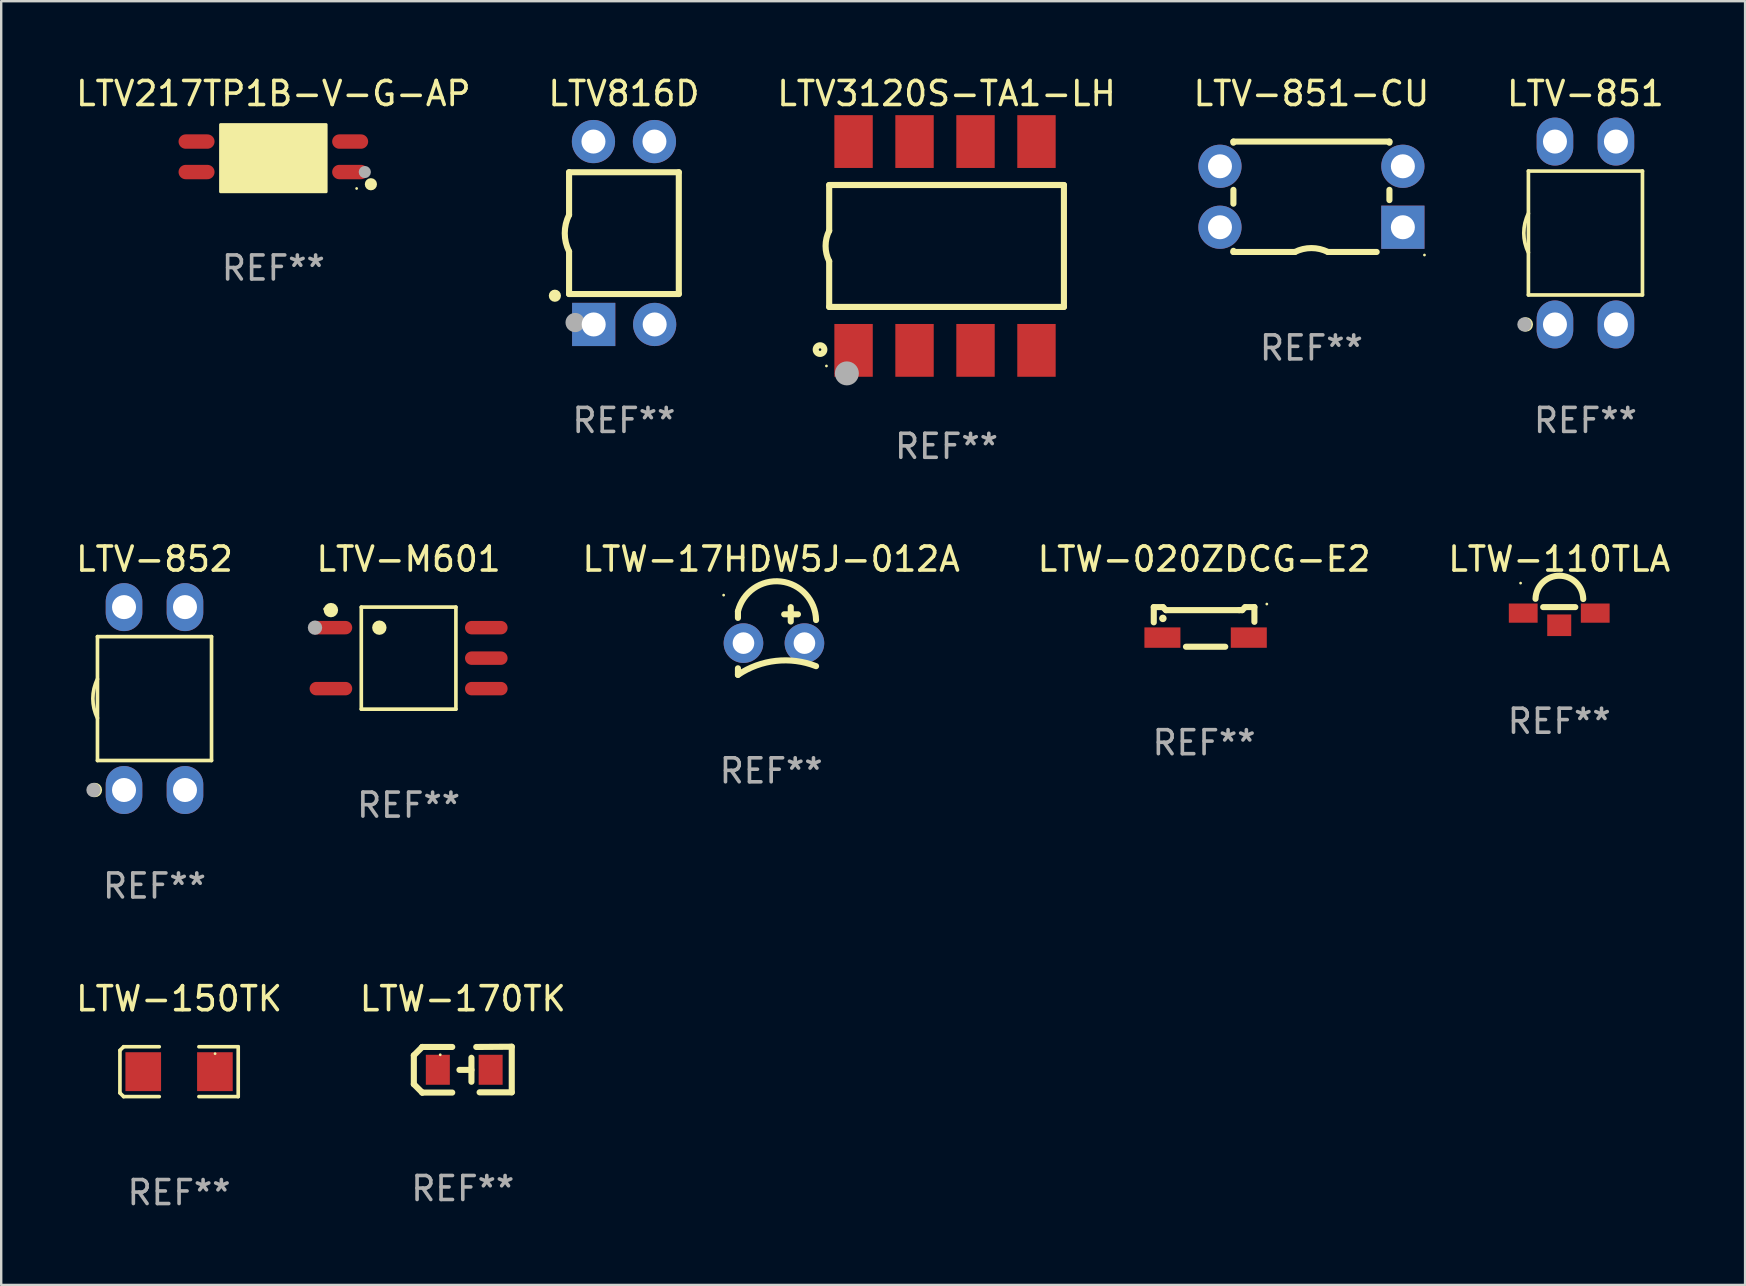
<source format=kicad_pcb>
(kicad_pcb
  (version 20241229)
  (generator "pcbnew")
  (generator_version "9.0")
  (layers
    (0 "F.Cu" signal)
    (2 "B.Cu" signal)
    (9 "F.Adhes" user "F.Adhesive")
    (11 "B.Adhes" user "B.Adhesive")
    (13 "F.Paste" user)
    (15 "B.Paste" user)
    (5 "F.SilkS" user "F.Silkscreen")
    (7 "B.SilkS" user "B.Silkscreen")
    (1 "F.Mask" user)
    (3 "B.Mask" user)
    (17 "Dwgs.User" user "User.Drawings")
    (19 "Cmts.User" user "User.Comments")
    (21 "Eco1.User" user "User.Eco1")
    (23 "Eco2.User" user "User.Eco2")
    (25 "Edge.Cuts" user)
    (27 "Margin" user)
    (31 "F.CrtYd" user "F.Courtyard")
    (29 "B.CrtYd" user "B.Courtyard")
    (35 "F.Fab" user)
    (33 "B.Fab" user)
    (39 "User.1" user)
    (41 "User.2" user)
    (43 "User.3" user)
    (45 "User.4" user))
  (footprint "LTW-020ZDCG-E2"
    (layer "F.Cu")
    (at 47.117 23.07)
    (property "Reference" "LTW-020ZDCG-E2" (at 0 -2.826 0) (layer "F.SilkS") (effects (font (size 1 1) (thickness 0.15))))
    (attr through_hole)
    (fp_line (start -2.096 -0.826) (end -1.715 -0.826) (stroke (width 0.254) (type solid)) (layer "F.SilkS"))
    (fp_line (start -2.096 -0.191) (end -2.096 -0.826) (stroke (width 0.254) (type solid)) (layer "F.SilkS"))
    (fp_line (start -1.715 -0.826) (end -1.588 -0.699) (stroke (width 0.254) (type solid)) (layer "F.SilkS"))
    (fp_line (start -1.588 -0.699) (end 1.461 -0.699) (stroke (width 0.254) (type solid)) (layer "F.SilkS"))
    (fp_line (start -0.755 0.826) (end 0.882 0.826) (stroke (width 0.254) (type solid)) (layer "F.SilkS"))
    (fp_line (start 1.461 -0.699) (end 1.588 -0.699) (stroke (width 0.254) (type solid)) (layer "F.SilkS"))
    (fp_line (start 1.588 -0.699) (end 1.715 -0.826) (stroke (width 0.254) (type solid)) (layer "F.SilkS"))
    (fp_line (start 1.715 -0.826) (end 2.096 -0.826) (stroke (width 0.254) (type solid)) (layer "F.SilkS"))
    (fp_line (start 2.096 -0.826) (end 2.096 -0.212) (stroke (width 0.254) (type solid)) (layer "F.SilkS"))
    (fp_circle (center -1.717 -0.355) (end -1.635 -0.355) (stroke (width 0.15) (type solid)) (fill no) (layer "F.SilkS"))
    (fp_circle (center 2.614 -0.953) (end 2.644 -0.953) (stroke (width 0.06) (type solid)) (fill no) (layer "F.SilkS"))
    (fp_text user "REF**" (at 0 4.826 0) (layer "F.Fab") (effects (font (size 1 1) (thickness 0.15))))
    (pad "1" smd rect (at 1.863 0.445) (size 1.5 0.85) (layers "F.Cu" "F.Mask" "F.Paste"))
    (pad "2" smd rect (at -1.736 0.445) (size 1.5 0.85) (layers "F.Cu" "F.Mask" "F.Paste")))
  (footprint "LTV3120S-TA1-LH"
    (layer "F.Cu")
    (at 36.387 7.198)
    (property "Reference" "LTV3120S-TA1-LH" (at 0 -6.35 0) (layer "F.SilkS") (effects (font (size 1 1) (thickness 0.15))))
    (attr through_hole)
    (fp_line (start -4.89 -2.54) (end 4.89 -2.54) (stroke (width 0.254) (type solid)) (layer "F.SilkS"))
    (fp_line (start -4.89 -0.635) (end -4.89 -2.54) (stroke (width 0.254) (type solid)) (layer "F.SilkS"))
    (fp_line (start -4.89 2.54) (end -4.89 0.635) (stroke (width 0.254) (type solid)) (layer "F.SilkS"))
    (fp_line (start 4.89 -2.54) (end 4.89 2.54) (stroke (width 0.254) (type solid)) (layer "F.SilkS"))
    (fp_line (start 4.89 2.54) (end -4.89 2.54) (stroke (width 0.254) (type solid)) (layer "F.SilkS"))
    (fp_arc (start -4.890119 0.635129) (mid -5.039815 0.000056) (end -4.88951 -0.634874) (stroke (width 0.254001) (type solid)) (layer "F.SilkS"))
    (fp_circle (center -5.271 4.318) (end -5.091 4.318) (stroke (width 0.254) (type solid)) (fill no) (layer "F.SilkS"))
    (fp_circle (center -5.004 5) (end -4.974 5) (stroke (width 0.06) (type solid)) (fill no) (layer "F.SilkS"))
    (fp_circle (center -4.153 5.309) (end -3.903 5.309) (stroke (width 0.5) (type solid)) (fill no) (layer "F.Fab"))
    (fp_text user "REF**" (at 0 8.35 0) (layer "F.Fab") (effects (font (size 1 1) (thickness 0.15))))
    (pad "1" smd rect (at -3.874 4.35) (size 1.6 2.2) (layers "F.Cu" "F.Mask" "F.Paste"))
    (pad "2" smd rect (at -1.334 4.35) (size 1.6 2.2) (layers "F.Cu" "F.Mask" "F.Paste"))
    (pad "3" smd rect (at 1.207 4.35) (size 1.6 2.2) (layers "F.Cu" "F.Mask" "F.Paste"))
    (pad "4" smd rect (at 3.747 4.35) (size 1.6 2.2) (layers "F.Cu" "F.Mask" "F.Paste"))
    (pad "5" smd rect (at 3.747 -4.35) (size 1.6 2.2) (layers "F.Cu" "F.Mask" "F.Paste"))
    (pad "6" smd rect (at 1.207 -4.35) (size 1.6 2.2) (layers "F.Cu" "F.Mask" "F.Paste"))
    (pad "7" smd rect (at -1.334 -4.35) (size 1.6 2.2) (layers "F.Cu" "F.Mask" "F.Paste"))
    (pad "8" smd rect (at -3.874 -4.35) (size 1.6 2.2) (layers "F.Cu" "F.Mask" "F.Paste")))
  (footprint "LTV-M601"
    (layer "F.Cu")
    (at 13.974 24.371)
    (property "Reference" "LTV-M601" (at 0 -4.126 0) (layer "F.SilkS") (effects (font (size 1 1) (thickness 0.15))))
    (attr through_hole)
    (fp_line (start -1.971 -2.126) (end 1.971 -2.126) (stroke (width 0.152) (type solid)) (layer "F.SilkS"))
    (fp_line (start -1.971 2.126) (end -1.971 -2.126) (stroke (width 0.152) (type solid)) (layer "F.SilkS"))
    (fp_line (start 1.971 -2.126) (end 1.971 2.126) (stroke (width 0.152) (type solid)) (layer "F.SilkS"))
    (fp_line (start 1.971 2.126) (end -1.971 2.126) (stroke (width 0.152) (type solid)) (layer "F.SilkS"))
    (fp_circle (center -3.5 -2.05) (end -3.47 -2.05) (stroke (width 0.06) (type solid)) (fill no) (layer "F.SilkS"))
    (fp_circle (center -3.237 -2.002) (end -3.087 -2.002) (stroke (width 0.3) (type solid)) (fill no) (layer "F.SilkS"))
    (fp_circle (center -1.219 -1.27) (end -1.069 -1.27) (stroke (width 0.3) (type solid)) (fill no) (layer "F.SilkS"))
    (fp_circle (center -3.9 -1.27) (end -3.75 -1.27) (stroke (width 0.3) (type solid)) (fill no) (layer "F.Fab"))
    (fp_text user "REF**" (at 0 6.126 0) (layer "F.Fab") (effects (font (size 1 1) (thickness 0.15))))
    (pad "1" smd oval (at -3.237 -1.27 270) (size 0.56 1.775) (layers "F.Cu" "F.Mask" "F.Paste"))
    (pad "3" smd oval (at -3.237 1.27 270) (size 0.56 1.775) (layers "F.Cu" "F.Mask" "F.Paste"))
    (pad "4" smd oval (at 3.237 1.27 270) (size 0.56 1.775) (layers "F.Cu" "F.Mask" "F.Paste"))
    (pad "5" smd oval (at 3.237 0 270) (size 0.56 1.775) (layers "F.Cu" "F.Mask" "F.Paste"))
    (pad "6" smd oval (at 3.237 -1.27 270) (size 0.56 1.775) (layers "F.Cu" "F.Mask" "F.Paste")))
  (footprint "LTW-110TLA"
    (layer "F.Cu")
    (at 61.914 22.623)
    (property "Reference" "LTW-110TLA" (at 0 -2.378 0) (layer "F.SilkS") (effects (font (size 1 1) (thickness 0.15))))
    (attr through_hole)
    (fp_line (start -0.669 -0.378) (end 0.669 -0.378) (stroke (width 0.254) (type solid)) (layer "F.SilkS"))
    (fp_arc (start -0.987732 -0.724397) (mid 0.010717 -1.689152) (end 0.999949 -0.714948) (stroke (width 0.254001) (type solid)) (layer "F.SilkS"))
    (fp_circle (center -1.61 -1.378) (end -1.58 -1.378) (stroke (width 0.06) (type solid)) (fill no) (layer "F.SilkS"))
    (fp_text user "REF**" (at 0 4.378 0) (layer "F.Fab") (effects (font (size 1 1) (thickness 0.15))))
    (pad "1" smd rect (at -1.5 -0.128 90) (size 0.8 1.2) (layers "F.Cu" "F.Mask" "F.Paste"))
    (pad "2" smd rect (at 1.5 -0.128 90) (size 0.8 1.2) (layers "F.Cu" "F.Mask" "F.Paste"))
    (pad "3" smd rect (at -0.000127 0.378 180) (size 1 0.9) (layers "F.Cu" "F.Mask" "F.Paste")))
  (footprint "LTV-851"
    (layer "F.Cu")
    (at 63.006 6.658)
    (property "Reference" "LTV-851" (at 0 -5.81 0) (layer "F.SilkS") (effects (font (size 1 1) (thickness 0.15))))
    (attr through_hole)
    (fp_line (start -2.376 -2.581) (end 2.376 -2.581) (stroke (width 0.152) (type solid)) (layer "F.SilkS"))
    (fp_line (start -2.376 2.581) (end -2.376 -2.581) (stroke (width 0.152) (type solid)) (layer "F.SilkS"))
    (fp_line (start 2.376 -2.581) (end 2.376 2.581) (stroke (width 0.152) (type solid)) (layer "F.SilkS"))
    (fp_line (start 2.376 2.581) (end -2.376 2.581) (stroke (width 0.152) (type solid)) (layer "F.SilkS"))
    (fp_arc (start -2.3762 0.812496) (mid -2.568004 0) (end -2.3762 -0.812497) (stroke (width 0.1524) (type solid)) (layer "F.SilkS"))
    (fp_circle (center -2.484 3.81) (end -2.334 3.81) (stroke (width 0.3) (type solid)) (fill no) (layer "F.SilkS"))
    (fp_circle (center -2.3 3.935) (end -2.27 3.935) (stroke (width 0.06) (type solid)) (fill no) (layer "F.SilkS"))
    (fp_circle (center -2.54 3.81) (end -2.39 3.81) (stroke (width 0.3) (type solid)) (fill no) (layer "F.Fab"))
    (fp_text user "REF**" (at 0 7.81 0) (layer "F.Fab") (effects (font (size 1 1) (thickness 0.15))))
    (pad "1" thru_hole oval (at -1.27 3.81) (size 1.524 2) (drill 1) (layers "*.Cu" "*.Mask"))
    (pad "2" thru_hole oval (at 1.27 3.81) (size 1.524 2) (drill 1) (layers "*.Cu" "*.Mask"))
    (pad "3" thru_hole oval (at 1.27 -3.81) (size 1.524 2) (drill 1) (layers "*.Cu" "*.Mask"))
    (pad "4" thru_hole oval (at -1.27 -3.81) (size 1.524 2) (drill 1) (layers "*.Cu" "*.Mask")))
  (footprint "LTV816D"
    (layer "F.Cu")
    (at 22.946 6.658)
    (property "Reference" "LTV816D" (at 0 -5.81 0) (layer "F.SilkS") (effects (font (size 1 1) (thickness 0.15))))
    (attr through_hole)
    (fp_line (start -2.286 -2.532) (end -2.286 -0.754) (stroke (width 0.254) (type solid)) (layer "F.SilkS"))
    (fp_line (start -2.286 -2.532) (end 2.286 -2.532) (stroke (width 0.254) (type solid)) (layer "F.SilkS"))
    (fp_line (start -2.286 0.77) (end -2.286 2.542) (stroke (width 0.254) (type solid)) (layer "F.SilkS"))
    (fp_line (start -2.286 2.542) (end 2.286 2.542) (stroke (width 0.254) (type solid)) (layer "F.SilkS"))
    (fp_line (start 2.286 -2.532) (end 2.286 2.542) (stroke (width 0.254) (type solid)) (layer "F.SilkS"))
    (fp_arc (start -2.286005 0.769952) (mid -2.465889 0.00795) (end -2.286005 -0.754051) (stroke (width 0.254001) (type solid)) (layer "F.SilkS"))
    (fp_circle (center -2.877 2.613) (end -2.75 2.613) (stroke (width 0.254) (type solid)) (fill no) (layer "F.SilkS"))
    (fp_circle (center -2.29 3.935) (end -2.26 3.935) (stroke (width 0.06) (type solid)) (fill no) (layer "F.SilkS"))
    (fp_circle (center -2.035 3.73) (end -1.835 3.73) (stroke (width 0.4) (type solid)) (fill no) (layer "F.Fab"))
    (fp_text user "REF**" (at 0 7.81 0) (layer "F.Fab") (effects (font (size 1 1) (thickness 0.15))))
    (pad "1" thru_hole rect (at -1.26 3.81 180) (size 1.8 1.8) (drill 1) (layers "*.Cu" "*.Mask"))
    (pad "2" thru_hole circle (at 1.28 3.81) (size 1.8 1.8) (drill 1) (layers "*.Cu" "*.Mask"))
    (pad "3" thru_hole circle (at 1.27 -3.81) (size 1.8 1.8) (drill 1) (layers "*.Cu" "*.Mask"))
    (pad "4" thru_hole circle (at -1.27 -3.81) (size 1.8 1.8) (drill 1) (layers "*.Cu" "*.Mask")))
  (footprint "LTV-851-CU"
    (layer "F.Cu")
    (at 51.589 5.148)
    (property "Reference" "LTV-851-CU" (at 0 -4.3 0) (layer "F.SilkS") (effects (font (size 1 1) (thickness 0.15))))
    (attr through_hole)
    (fp_line (start -3.25 -2.3) (end 3.25 -2.3) (stroke (width 0.254) (type solid)) (layer "F.SilkS"))
    (fp_line (start -3.25 -2.252) (end -3.25 -2.3) (stroke (width 0.254) (type solid)) (layer "F.SilkS"))
    (fp_line (start -3.25 0.288) (end -3.25 -0.288) (stroke (width 0.254) (type solid)) (layer "F.SilkS"))
    (fp_line (start -3.25 2.3) (end -3.25 2.252) (stroke (width 0.254) (type solid)) (layer "F.SilkS"))
    (fp_line (start -3.25 2.3) (end -0.689 2.3) (stroke (width 0.254) (type solid)) (layer "F.SilkS"))
    (fp_line (start 2.719 2.3) (end 0.689 2.3) (stroke (width 0.254) (type solid)) (layer "F.SilkS"))
    (fp_line (start 3.25 -2.3) (end 3.25 -2.252) (stroke (width 0.254) (type solid)) (layer "F.SilkS"))
    (fp_line (start 3.25 -0.288) (end 3.25 0.139) (stroke (width 0.254) (type solid)) (layer "F.SilkS"))
    (fp_arc (start -0.689357 2.3) (mid 0.000655 2.137964) (end 0.690374 2.301245) (stroke (width 0.254001) (type solid)) (layer "F.SilkS"))
    (fp_circle (center 4.71 2.427) (end 4.74 2.427) (stroke (width 0.06) (type solid)) (fill no) (layer "F.SilkS"))
    (fp_text user "REF**" (at 0 6.3 0) (layer "F.Fab") (effects (font (size 1 1) (thickness 0.15))))
    (pad "1" thru_hole rect (at 3.81 1.27 180) (size 1.8 1.8) (drill 1) (layers "*.Cu" "*.Mask"))
    (pad "2" thru_hole circle (at 3.81 -1.27) (size 1.8 1.8) (drill 1) (layers "*.Cu" "*.Mask"))
    (pad "3" thru_hole circle (at -3.81 -1.27) (size 1.8 1.8) (drill 1) (layers "*.Cu" "*.Mask"))
    (pad "4" thru_hole circle (at -3.81 1.27) (size 1.8 1.8) (drill 1) (layers "*.Cu" "*.Mask")))
  (footprint "LTV217TP1B-V-G-AP"
    (layer "F.Cu")
    (at 8.339 3.483)
    (property "Reference" "LTV217TP1B-V-G-AP" (at 0 -2.635 0) (layer "F.SilkS") (effects (font (size 1 1) (thickness 0.15))))
    (attr through_hole)
    (fp_arc (start 1.518948 1.015926) (mid 1.521488 1.01591) (end 1.524028 1.015926) (stroke (width 0.4) (type solid)) (layer "F.SilkS"))
    (fp_circle (center 3.47 1.32) (end 3.5 1.32) (stroke (width 0.06) (type solid)) (fill no) (layer "F.SilkS"))
    (fp_circle (center 4.064 1.143) (end 4.191 1.143) (stroke (width 0.254) (type solid)) (fill no) (layer "F.SilkS"))
    (fp_poly (pts (xy -2.2 -1.343) (xy 2.2 -1.343) (xy 2.2 1.457) (xy -2.2 1.457)) (stroke (width 0.12) (type solid)) (fill yes) (layer "F.SilkS"))
    (fp_circle (center 3.81 0.635) (end 3.937 0.635) (stroke (width 0.254) (type solid)) (fill no) (layer "F.Fab"))
    (fp_text user "REF**" (at 0 4.635 0) (layer "F.Fab") (effects (font (size 1 1) (thickness 0.15))))
    (pad "1" smd oval (at 3.2 0.635 270) (size 0.6 1.5) (layers "F.Cu" "F.Mask" "F.Paste"))
    (pad "2" smd oval (at 3.2 -0.635 270) (size 0.6 1.5) (layers "F.Cu" "F.Mask" "F.Paste"))
    (pad "3" smd oval (at -3.2 -0.635 270) (size 0.6 1.5) (layers "F.Cu" "F.Mask" "F.Paste"))
    (pad "4" smd oval (at -3.2 0.635 270) (size 0.6 1.5) (layers "F.Cu" "F.Mask" "F.Paste")))
  (footprint "LTV-852"
    (layer "F.Cu")
    (at 3.387 26.055)
    (property "Reference" "LTV-852" (at 0 -5.81 0) (layer "F.SilkS") (effects (font (size 1 1) (thickness 0.15))))
    (attr through_hole)
    (fp_line (start -2.376 -2.581) (end 2.376 -2.581) (stroke (width 0.152) (type solid)) (layer "F.SilkS"))
    (fp_line (start -2.376 2.581) (end -2.376 -2.581) (stroke (width 0.152) (type solid)) (layer "F.SilkS"))
    (fp_line (start 2.376 -2.581) (end 2.376 2.581) (stroke (width 0.152) (type solid)) (layer "F.SilkS"))
    (fp_line (start 2.376 2.581) (end -2.376 2.581) (stroke (width 0.152) (type solid)) (layer "F.SilkS"))
    (fp_arc (start -2.3762 0.812496) (mid -2.568004 0) (end -2.3762 -0.812497) (stroke (width 0.1524) (type solid)) (layer "F.SilkS"))
    (fp_circle (center -2.484 3.81) (end -2.334 3.81) (stroke (width 0.3) (type solid)) (fill no) (layer "F.SilkS"))
    (fp_circle (center -2.3 3.935) (end -2.27 3.935) (stroke (width 0.06) (type solid)) (fill no) (layer "F.SilkS"))
    (fp_circle (center -2.54 3.81) (end -2.39 3.81) (stroke (width 0.3) (type solid)) (fill no) (layer "F.Fab"))
    (fp_text user "REF**" (at 0 7.81 0) (layer "F.Fab") (effects (font (size 1 1) (thickness 0.15))))
    (pad "1" thru_hole oval (at -1.27 3.81) (size 1.524 2) (drill 1) (layers "*.Cu" "*.Mask"))
    (pad "2" thru_hole oval (at 1.27 3.81) (size 1.524 2) (drill 1) (layers "*.Cu" "*.Mask"))
    (pad "3" thru_hole oval (at 1.27 -3.81) (size 1.524 2) (drill 1) (layers "*.Cu" "*.Mask"))
    (pad "4" thru_hole oval (at -1.27 -3.81) (size 1.524 2) (drill 1) (layers "*.Cu" "*.Mask")))
  (footprint "LTW-170TK"
    (layer "F.Cu")
    (at 16.232 41.516)
    (property "Reference" "LTW-170TK" (at 0 -2.955 0) (layer "F.SilkS") (effects (font (size 1 1) (thickness 0.15))))
    (attr through_hole)
    (fp_line (start -2.04 -0.595) (end -2.04 0.605) (stroke (width 0.254) (type solid)) (layer "F.SilkS"))
    (fp_line (start -1.69 -0.945) (end -1.69 -0.945) (stroke (width 0.254) (type solid)) (layer "F.SilkS"))
    (fp_line (start -1.69 -0.945) (end -2.04 -0.595) (stroke (width 0.254) (type solid)) (layer "F.SilkS"))
    (fp_line (start -1.69 0.955) (end -2.04 0.605) (stroke (width 0.254) (type solid)) (layer "F.SilkS"))
    (fp_line (start -1.69 0.955) (end -1.69 0.955) (stroke (width 0.254) (type solid)) (layer "F.SilkS"))
    (fp_line (start -0.44 -0.945) (end -1.69 -0.945) (stroke (width 0.254) (type solid)) (layer "F.SilkS"))
    (fp_line (start -0.44 0.955) (end -1.69 0.955) (stroke (width 0.254) (type solid)) (layer "F.SilkS"))
    (fp_line (start 0.36 -0.495) (end 0.36 0.505) (stroke (width 0.254) (type solid)) (layer "F.SilkS"))
    (fp_line (start 0.36 0.01) (end -0.14 0.01) (stroke (width 0.254) (type solid)) (layer "F.SilkS"))
    (fp_line (start 0.56 -0.945) (end 2.04 -0.955) (stroke (width 0.254) (type solid)) (layer "F.SilkS"))
    (fp_line (start 0.7 0.945) (end 2.04 0.945) (stroke (width 0.254) (type solid)) (layer "F.SilkS"))
    (fp_line (start 2.04 -0.955) (end 2.04 0.945) (stroke (width 0.254) (type solid)) (layer "F.SilkS"))
    (fp_circle (center -0.94 -0.62) (end -0.91 -0.62) (stroke (width 0.06) (type solid)) (fill no) (layer "F.SilkS"))
    (fp_text user "REF**" (at 0 4.955 0) (layer "F.Fab") (effects (font (size 1 1) (thickness 0.15))))
    (pad "1" smd rect (at -1.04 0.005 180) (size 1 1.25) (layers "F.Cu" "F.Mask" "F.Paste"))
    (pad "2" smd rect (at 1.16 0.005 180) (size 1 1.25) (layers "F.Cu" "F.Mask" "F.Paste")))
  (footprint "LTW-17HDW5J-012A"
    (layer "F.Cu")
    (at 29.081 23.656)
    (property "Reference" "LTW-17HDW5J-012A" (at 0 -3.411 0) (layer "F.SilkS") (effects (font (size 1 1) (thickness 0.15))))
    (attr through_hole)
    (fp_line (start -1.385 -1.234) (end -1.385 -0.962) (stroke (width 0.254) (type solid)) (layer "F.SilkS"))
    (fp_line (start -1.385 1.139) (end -1.385 1.411) (stroke (width 0.254) (type solid)) (layer "F.SilkS"))
    (fp_line (start 0.542 -1.111) (end 1.115 -1.111) (stroke (width 0.254) (type solid)) (layer "F.SilkS"))
    (fp_line (start 0.815 -1.411) (end 0.815 -0.811) (stroke (width 0.254) (type solid)) (layer "F.SilkS"))
    (fp_arc (start -1.385002 -1.234341) (mid 0.401104 -2.478941) (end 1.869406 -0.871679) (stroke (width 0.254001) (type solid)) (layer "F.SilkS"))
    (fp_arc (start -1.385001 1.41143) (mid 0.197508 0.829029) (end 1.869405 1.048768) (stroke (width 0.254001) (type solid)) (layer "F.SilkS"))
    (fp_circle (center -1.981 -1.911) (end -1.951 -1.911) (stroke (width 0.06) (type solid)) (fill no) (layer "F.SilkS"))
    (fp_text user "REF**" (at 0 5.411 0) (layer "F.Fab") (effects (font (size 1 1) (thickness 0.15))))
    (pad "1" thru_hole circle (at -1.155 0.089) (size 1.651 1.651) (drill 0.9) (layers "*.Cu" "*.Mask"))
    (pad "2" thru_hole circle (at 1.385 0.089) (size 1.651 1.651) (drill 0.9) (layers "*.Cu" "*.Mask")))
  (footprint "LTW-150TK"
    (layer "F.Cu")
    (at 4.411 41.6)
    (property "Reference" "LTW-150TK" (at 0 -3.039 0) (layer "F.SilkS") (effects (font (size 1 1) (thickness 0.15))))
    (attr through_hole)
    (fp_line (start -2.464 -0.886) (end -2.311 -1.039) (stroke (width 0.152) (type solid)) (layer "F.SilkS"))
    (fp_line (start -2.464 0.886) (end -2.464 -0.886) (stroke (width 0.152) (type solid)) (layer "F.SilkS"))
    (fp_line (start -2.311 -1.039) (end -0.826 -1.039) (stroke (width 0.152) (type solid)) (layer "F.SilkS"))
    (fp_line (start -2.311 1.039) (end -2.464 0.886) (stroke (width 0.152) (type solid)) (layer "F.SilkS"))
    (fp_line (start -0.826 1.039) (end -2.311 1.039) (stroke (width 0.152) (type solid)) (layer "F.SilkS"))
    (fp_line (start 0.826 1.039) (end 2.464 1.039) (stroke (width 0.152) (type solid)) (layer "F.SilkS"))
    (fp_line (start 2.464 -1.039) (end 0.826 -1.039) (stroke (width 0.152) (type solid)) (layer "F.SilkS"))
    (fp_line (start 2.464 1.039) (end 2.464 -1.039) (stroke (width 0.152) (type solid)) (layer "F.SilkS"))
    (fp_circle (center 1.5 -0.75) (end 1.53 -0.75) (stroke (width 0.06) (type solid)) (fill no) (layer "F.SilkS"))
    (fp_text user "REF**" (at 0 5.039 0) (layer "F.Fab") (effects (font (size 1 1) (thickness 0.15))))
    (pad "1" smd rect (at 1.493 0) (size 1.485 1.62) (layers "F.Cu" "F.Mask" "F.Paste"))
    (pad "2" smd rect (at -1.493 0) (size 1.485 1.62) (layers "F.Cu" "F.Mask" "F.Paste")))
  (gr_rect
    (start -3 -3)
    (end 69.658 50.487)
    (stroke (width 0.1) (type default))
    (fill no)
    (layer "Edge.Cuts")))
</source>
